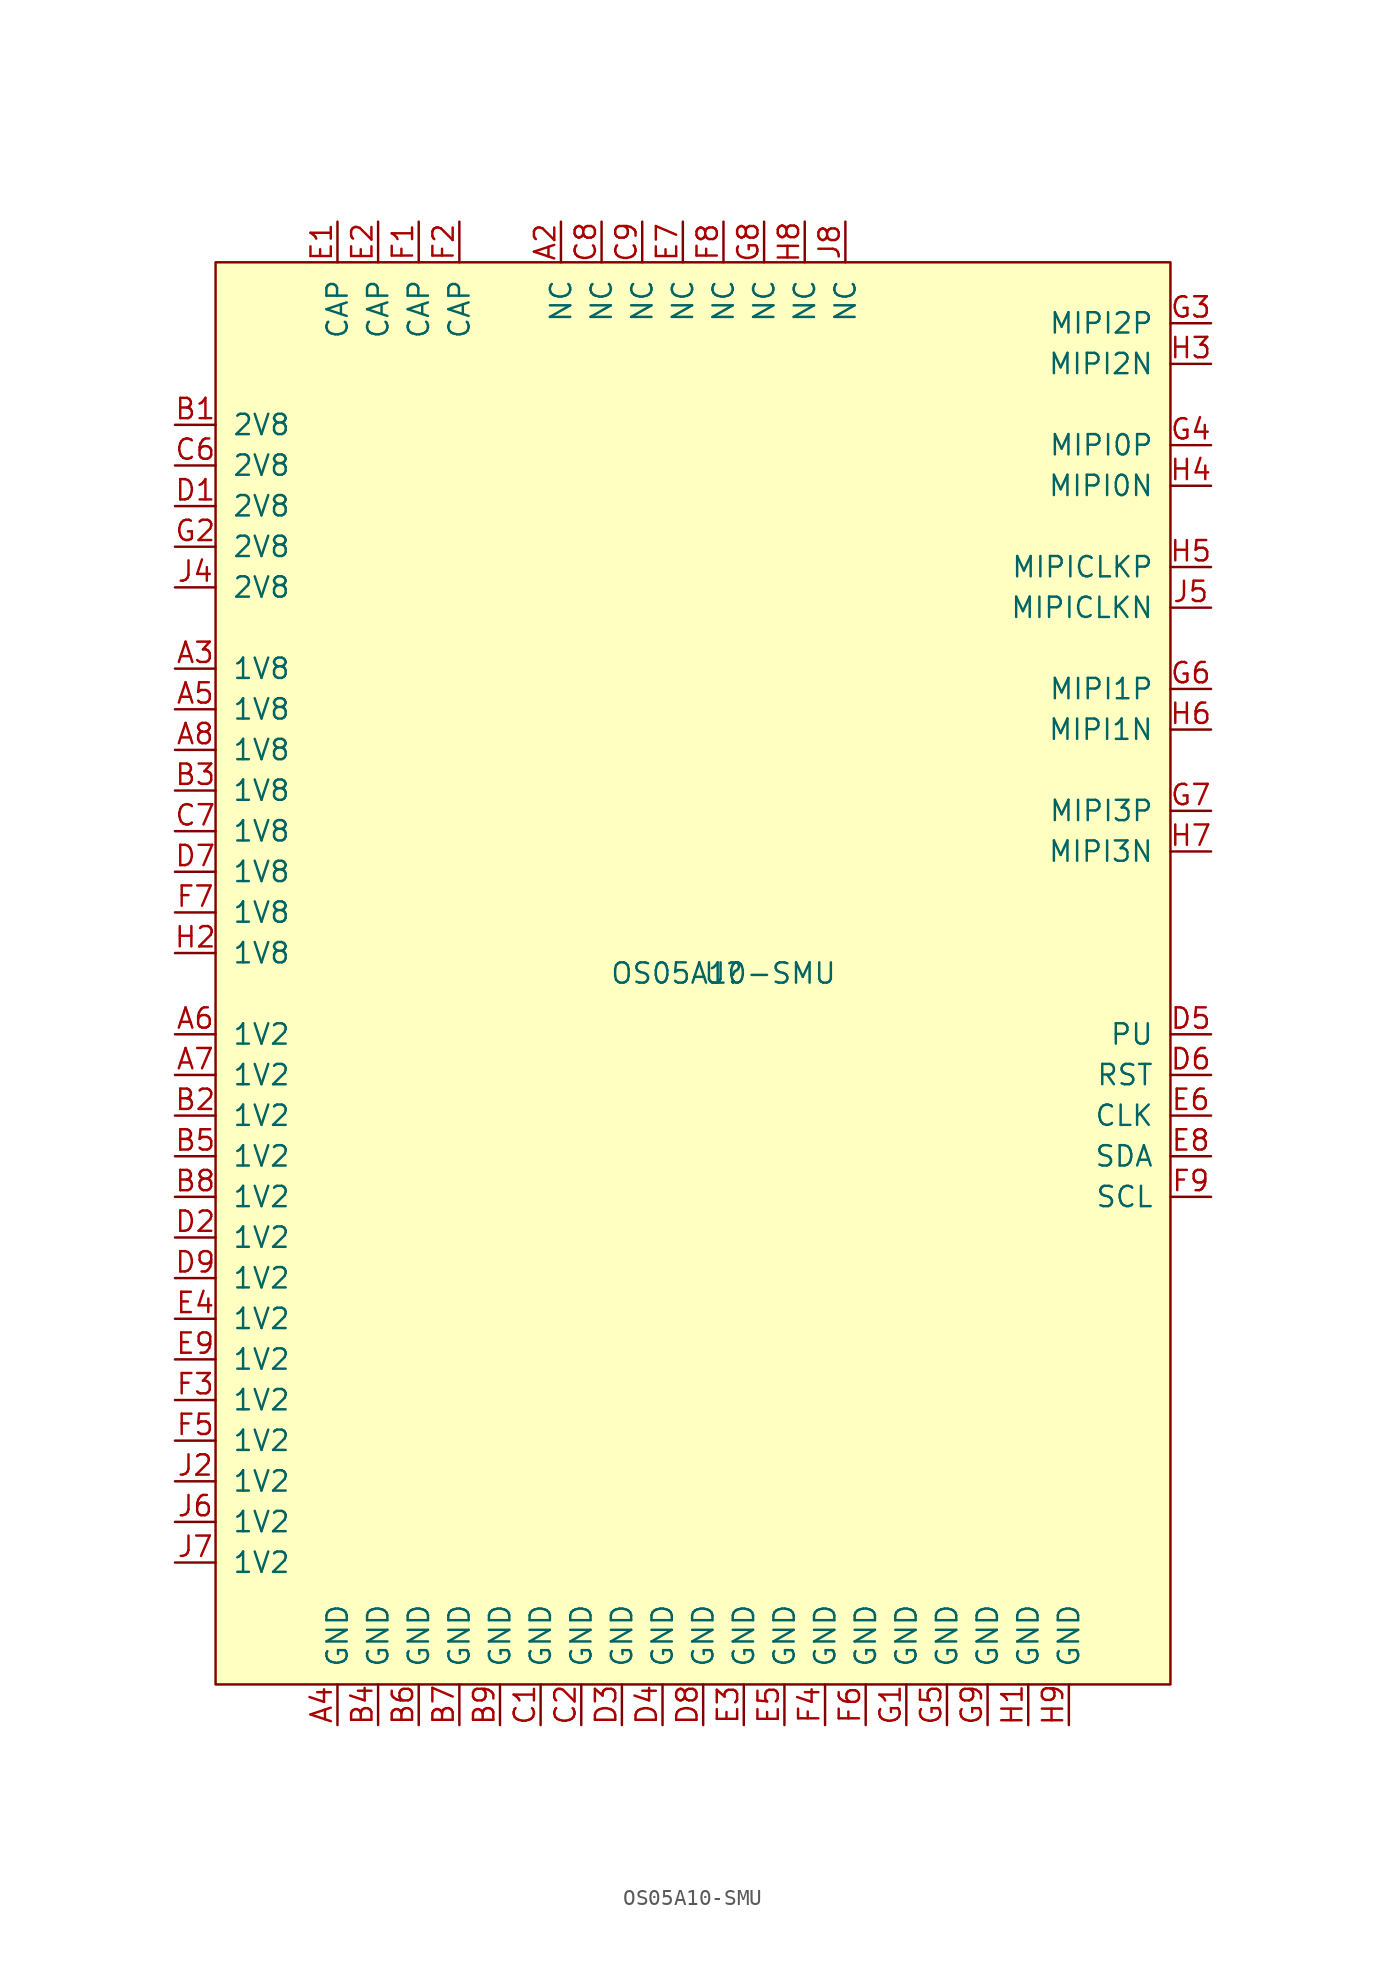
<source format=kicad_sym>
(kicad_symbol_lib
  (version 20231120)
  (generator "kicad_symbol_editor")
  (generator_version "8.0")
  (symbol "OS05A10-SMU"
    (pin_names
      (offset 1.016))
    (property "Reference" "U"
      (at 0 21.59 0)
      (effects (font (size 1.27 1.27))))
    (property "Value" "OS05A10-SMU"
      (at 0 21.59 0)
      (effects (font (size 1.27 1.27))))
    (symbol "OS05A10-SMU_0_1"
      (rectangle (start -31.75 66.04) (end 27.94 -22.86) (stroke (width 0) (type solid)) (fill (type background))))
    (symbol "OS05A10-SMU_1_1"
      (pin input line (at -10.16 68.58 270) (length 2.54) (name "NC" (effects (font (size 1.27 1.27)))) (number "A2" (effects (font (size 1.27 1.27)))))
      (pin input line (at -34.29 40.64 0) (length 2.54) (name "1V8" (effects (font (size 1.27 1.27)))) (number "A3" (effects (font (size 1.27 1.27)))))
      (pin input line (at -24.13 -25.4 90) (length 2.54) (name "GND" (effects (font (size 1.27 1.27)))) (number "A4" (effects (font (size 1.27 1.27)))))
      (pin input line (at -34.29 38.1 0) (length 2.54) (name "1V8" (effects (font (size 1.27 1.27)))) (number "A5" (effects (font (size 1.27 1.27)))))
      (pin input line (at -34.29 17.78 0) (length 2.54) (name "1V2" (effects (font (size 1.27 1.27)))) (number "A6" (effects (font (size 1.27 1.27)))))
      (pin input line (at -34.29 15.24 0) (length 2.54) (name "1V2" (effects (font (size 1.27 1.27)))) (number "A7" (effects (font (size 1.27 1.27)))))
      (pin input line (at -34.29 35.56 0) (length 2.54) (name "1V8" (effects (font (size 1.27 1.27)))) (number "A8" (effects (font (size 1.27 1.27)))))
      (pin input line (at -34.29 55.88 0) (length 2.54) (name "2V8" (effects (font (size 1.27 1.27)))) (number "B1" (effects (font (size 1.27 1.27)))))
      (pin input line (at -34.29 12.7 0) (length 2.54) (name "1V2" (effects (font (size 1.27 1.27)))) (number "B2" (effects (font (size 1.27 1.27)))))
      (pin input line (at -34.29 33.02 0) (length 2.54) (name "1V8" (effects (font (size 1.27 1.27)))) (number "B3" (effects (font (size 1.27 1.27)))))
      (pin input line (at -21.59 -25.4 90) (length 2.54) (name "GND" (effects (font (size 1.27 1.27)))) (number "B4" (effects (font (size 1.27 1.27)))))
      (pin input line (at -34.29 10.16 0) (length 2.54) (name "1V2" (effects (font (size 1.27 1.27)))) (number "B5" (effects (font (size 1.27 1.27)))))
      (pin input line (at -19.05 -25.4 90) (length 2.54) (name "GND" (effects (font (size 1.27 1.27)))) (number "B6" (effects (font (size 1.27 1.27)))))
      (pin input line (at -16.51 -25.4 90) (length 2.54) (name "GND" (effects (font (size 1.27 1.27)))) (number "B7" (effects (font (size 1.27 1.27)))))
      (pin input line (at -34.29 7.62 0) (length 2.54) (name "1V2" (effects (font (size 1.27 1.27)))) (number "B8" (effects (font (size 1.27 1.27)))))
      (pin input line (at -13.97 -25.4 90) (length 2.54) (name "GND" (effects (font (size 1.27 1.27)))) (number "B9" (effects (font (size 1.27 1.27)))))
      (pin input line (at -11.43 -25.4 90) (length 2.54) (name "GND" (effects (font (size 1.27 1.27)))) (number "C1" (effects (font (size 1.27 1.27)))))
      (pin input line (at -8.89 -25.4 90) (length 2.54) (name "GND" (effects (font (size 1.27 1.27)))) (number "C2" (effects (font (size 1.27 1.27)))))
      (pin input line (at -34.29 53.34 0) (length 2.54) (name "2V8" (effects (font (size 1.27 1.27)))) (number "C6" (effects (font (size 1.27 1.27)))))
      (pin input line (at -34.29 30.48 0) (length 2.54) (name "1V8" (effects (font (size 1.27 1.27)))) (number "C7" (effects (font (size 1.27 1.27)))))
      (pin input line (at -7.62 68.58 270) (length 2.54) (name "NC" (effects (font (size 1.27 1.27)))) (number "C8" (effects (font (size 1.27 1.27)))))
      (pin input line (at -5.08 68.58 270) (length 2.54) (name "NC" (effects (font (size 1.27 1.27)))) (number "C9" (effects (font (size 1.27 1.27)))))
      (pin input line (at -34.29 50.8 0) (length 2.54) (name "2V8" (effects (font (size 1.27 1.27)))) (number "D1" (effects (font (size 1.27 1.27)))))
      (pin input line (at -34.29 5.08 0) (length 2.54) (name "1V2" (effects (font (size 1.27 1.27)))) (number "D2" (effects (font (size 1.27 1.27)))))
      (pin input line (at -6.35 -25.4 90) (length 2.54) (name "GND" (effects (font (size 1.27 1.27)))) (number "D3" (effects (font (size 1.27 1.27)))))
      (pin input line (at -3.81 -25.4 90) (length 2.54) (name "GND" (effects (font (size 1.27 1.27)))) (number "D4" (effects (font (size 1.27 1.27)))))
      (pin input line (at 30.48 17.78 180) (length 2.54) (name "PU" (effects (font (size 1.27 1.27)))) (number "D5" (effects (font (size 1.27 1.27)))))
      (pin input line (at 30.48 15.24 180) (length 2.54) (name "RST" (effects (font (size 1.27 1.27)))) (number "D6" (effects (font (size 1.27 1.27)))))
      (pin input line (at -34.29 27.94 0) (length 2.54) (name "1V8" (effects (font (size 1.27 1.27)))) (number "D7" (effects (font (size 1.27 1.27)))))
      (pin input line (at -1.27 -25.4 90) (length 2.54) (name "GND" (effects (font (size 1.27 1.27)))) (number "D8" (effects (font (size 1.27 1.27)))))
      (pin input line (at -34.29 2.54 0) (length 2.54) (name "1V2" (effects (font (size 1.27 1.27)))) (number "D9" (effects (font (size 1.27 1.27)))))
      (pin input line (at -24.13 68.58 270) (length 2.54) (name "CAP" (effects (font (size 1.27 1.27)))) (number "E1" (effects (font (size 1.27 1.27)))))
      (pin input line (at -21.59 68.58 270) (length 2.54) (name "CAP" (effects (font (size 1.27 1.27)))) (number "E2" (effects (font (size 1.27 1.27)))))
      (pin input line (at 1.27 -25.4 90) (length 2.54) (name "GND" (effects (font (size 1.27 1.27)))) (number "E3" (effects (font (size 1.27 1.27)))))
      (pin input line (at -34.29 0 0) (length 2.54) (name "1V2" (effects (font (size 1.27 1.27)))) (number "E4" (effects (font (size 1.27 1.27)))))
      (pin input line (at 3.81 -25.4 90) (length 2.54) (name "GND" (effects (font (size 1.27 1.27)))) (number "E5" (effects (font (size 1.27 1.27)))))
      (pin input line (at 30.48 12.7 180) (length 2.54) (name "CLK" (effects (font (size 1.27 1.27)))) (number "E6" (effects (font (size 1.27 1.27)))))
      (pin input line (at -2.54 68.58 270) (length 2.54) (name "NC" (effects (font (size 1.27 1.27)))) (number "E7" (effects (font (size 1.27 1.27)))))
      (pin input line (at 30.48 10.16 180) (length 2.54) (name "SDA" (effects (font (size 1.27 1.27)))) (number "E8" (effects (font (size 1.27 1.27)))))
      (pin input line (at -34.29 -2.54 0) (length 2.54) (name "1V2" (effects (font (size 1.27 1.27)))) (number "E9" (effects (font (size 1.27 1.27)))))
      (pin input line (at -19.05 68.58 270) (length 2.54) (name "CAP" (effects (font (size 1.27 1.27)))) (number "F1" (effects (font (size 1.27 1.27)))))
      (pin input line (at -16.51 68.58 270) (length 2.54) (name "CAP" (effects (font (size 1.27 1.27)))) (number "F2" (effects (font (size 1.27 1.27)))))
      (pin input line (at -34.29 -5.08 0) (length 2.54) (name "1V2" (effects (font (size 1.27 1.27)))) (number "F3" (effects (font (size 1.27 1.27)))))
      (pin input line (at 6.35 -25.4 90) (length 2.54) (name "GND" (effects (font (size 1.27 1.27)))) (number "F4" (effects (font (size 1.27 1.27)))))
      (pin input line (at -34.29 -7.62 0) (length 2.54) (name "1V2" (effects (font (size 1.27 1.27)))) (number "F5" (effects (font (size 1.27 1.27)))))
      (pin input line (at 8.89 -25.4 90) (length 2.54) (name "GND" (effects (font (size 1.27 1.27)))) (number "F6" (effects (font (size 1.27 1.27)))))
      (pin input line (at -34.29 25.4 0) (length 2.54) (name "1V8" (effects (font (size 1.27 1.27)))) (number "F7" (effects (font (size 1.27 1.27)))))
      (pin input line (at 0 68.58 270) (length 2.54) (name "NC" (effects (font (size 1.27 1.27)))) (number "F8" (effects (font (size 1.27 1.27)))))
      (pin input line (at 30.48 7.62 180) (length 2.54) (name "SCL" (effects (font (size 1.27 1.27)))) (number "F9" (effects (font (size 1.27 1.27)))))
      (pin input line (at 11.43 -25.4 90) (length 2.54) (name "GND" (effects (font (size 1.27 1.27)))) (number "G1" (effects (font (size 1.27 1.27)))))
      (pin input line (at -34.29 48.26 0) (length 2.54) (name "2V8" (effects (font (size 1.27 1.27)))) (number "G2" (effects (font (size 1.27 1.27)))))
      (pin input line (at 30.48 62.23 180) (length 2.54) (name "MIPI2P" (effects (font (size 1.27 1.27)))) (number "G3" (effects (font (size 1.27 1.27)))))
      (pin input line (at 30.48 54.61 180) (length 2.54) (name "MIPI0P" (effects (font (size 1.27 1.27)))) (number "G4" (effects (font (size 1.27 1.27)))))
      (pin input line (at 13.97 -25.4 90) (length 2.54) (name "GND" (effects (font (size 1.27 1.27)))) (number "G5" (effects (font (size 1.27 1.27)))))
      (pin input line (at 30.48 39.37 180) (length 2.54) (name "MIPI1P" (effects (font (size 1.27 1.27)))) (number "G6" (effects (font (size 1.27 1.27)))))
      (pin input line (at 30.48 31.75 180) (length 2.54) (name "MIPI3P" (effects (font (size 1.27 1.27)))) (number "G7" (effects (font (size 1.27 1.27)))))
      (pin input line (at 2.54 68.58 270) (length 2.54) (name "NC" (effects (font (size 1.27 1.27)))) (number "G8" (effects (font (size 1.27 1.27)))))
      (pin input line (at 16.51 -25.4 90) (length 2.54) (name "GND" (effects (font (size 1.27 1.27)))) (number "G9" (effects (font (size 1.27 1.27)))))
      (pin input line (at 19.05 -25.4 90) (length 2.54) (name "GND" (effects (font (size 1.27 1.27)))) (number "H1" (effects (font (size 1.27 1.27)))))
      (pin input line (at -34.29 22.86 0) (length 2.54) (name "1V8" (effects (font (size 1.27 1.27)))) (number "H2" (effects (font (size 1.27 1.27)))))
      (pin input line (at 30.48 59.69 180) (length 2.54) (name "MIPI2N" (effects (font (size 1.27 1.27)))) (number "H3" (effects (font (size 1.27 1.27)))))
      (pin input line (at 30.48 52.07 180) (length 2.54) (name "MIPI0N" (effects (font (size 1.27 1.27)))) (number "H4" (effects (font (size 1.27 1.27)))))
      (pin input line (at 30.48 46.99 180) (length 2.54) (name "MIPICLKP" (effects (font (size 1.27 1.27)))) (number "H5" (effects (font (size 1.27 1.27)))))
      (pin input line (at 30.48 36.83 180) (length 2.54) (name "MIPI1N" (effects (font (size 1.27 1.27)))) (number "H6" (effects (font (size 1.27 1.27)))))
      (pin input line (at 30.48 29.21 180) (length 2.54) (name "MIPI3N" (effects (font (size 1.27 1.27)))) (number "H7" (effects (font (size 1.27 1.27)))))
      (pin input line (at 5.08 68.58 270) (length 2.54) (name "NC" (effects (font (size 1.27 1.27)))) (number "H8" (effects (font (size 1.27 1.27)))))
      (pin input line (at 21.59 -25.4 90) (length 2.54) (name "GND" (effects (font (size 1.27 1.27)))) (number "H9" (effects (font (size 1.27 1.27)))))
      (pin input line (at -34.29 -10.16 0) (length 2.54) (name "1V2" (effects (font (size 1.27 1.27)))) (number "J2" (effects (font (size 1.27 1.27)))))
      (pin input line (at -34.29 45.72 0) (length 2.54) (name "2V8" (effects (font (size 1.27 1.27)))) (number "J4" (effects (font (size 1.27 1.27)))))
      (pin input line (at 30.48 44.45 180) (length 2.54) (name "MIPICLKN" (effects (font (size 1.27 1.27)))) (number "J5" (effects (font (size 1.27 1.27)))))
      (pin input line (at -34.29 -12.7 0) (length 2.54) (name "1V2" (effects (font (size 1.27 1.27)))) (number "J6" (effects (font (size 1.27 1.27)))))
      (pin input line (at -34.29 -15.24 0) (length 2.54) (name "1V2" (effects (font (size 1.27 1.27)))) (number "J7" (effects (font (size 1.27 1.27)))))
      (pin input line (at 7.62 68.58 270) (length 2.54) (name "NC" (effects (font (size 1.27 1.27)))) (number "J8" (effects (font (size 1.27 1.27))))))))
</source>
